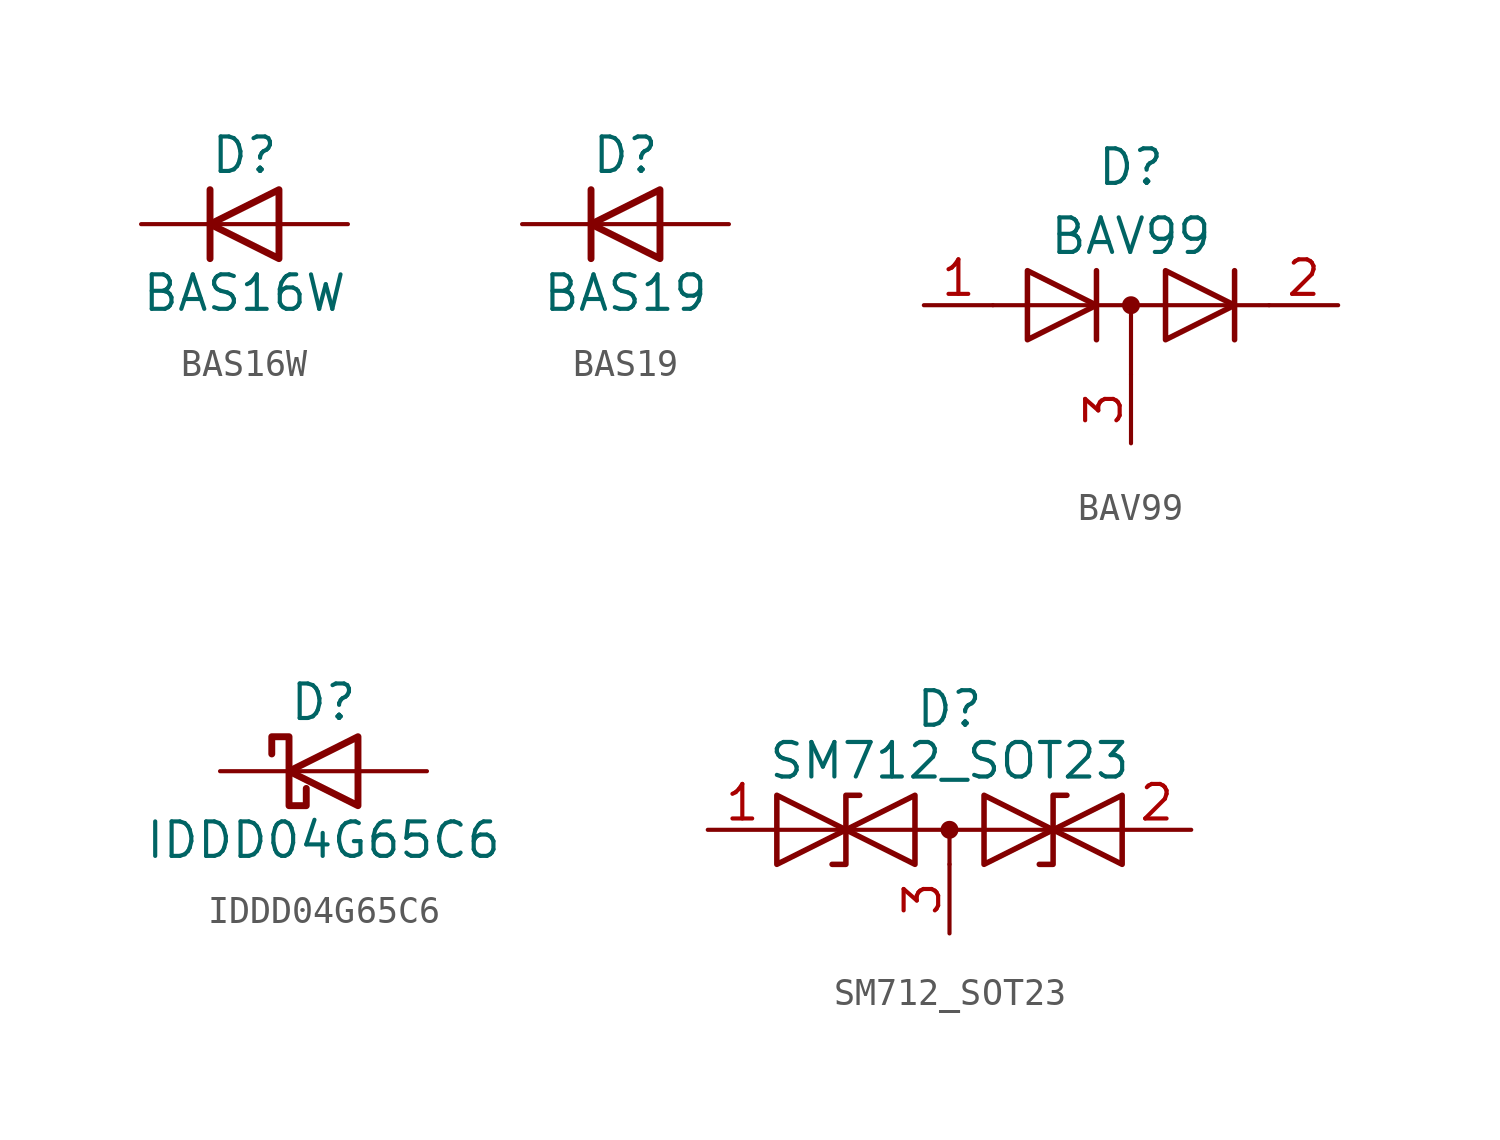
<source format=kicad_sym>
(kicad_symbol_lib
  (version 20200908)
  (generator kicad_symbol_editor)
  (symbol "Diode:BAS16W"
    (pin_numbers hide)
    (pin_names hide)
    (property "Reference" "D"
      (at 0 2.54 0)
      (effects (font (size 1.27 1.27))))
    (property "Value" "BAS16W"
      (at 0 -2.54 0)
      (effects (font (size 1.27 1.27))))
    (symbol "BAS16W_0_1"
      (polyline (pts (xy -1.27 1.27) (xy -1.27 -1.27)) (stroke (width 0.254)) (fill (type none)))
      (polyline (pts (xy 1.27 0) (xy -1.27 0)) (stroke (width 0)) (fill (type none)))
      (polyline (pts (xy 1.27 1.27) (xy 1.27 -1.27) (xy -1.27 0) (xy 1.27 1.27)) (stroke (width 0.254)) (fill (type none))))
    (symbol "BAS16W_1_1"
      (pin passive line (at 3.81 0 180) (length 2.54) (name "A" (effects (font (size 1.27 1.27)))) (number "1" (effects (font (size 1.27 1.27)))))
      (pin unconnected line (at -1.27 0 0) (length 2.54) hide (name "NC" (effects (font (size 1.27 1.27)))) (number "2" (effects (font (size 1.27 1.27)))))
      (pin passive line (at -3.81 0 0) (length 2.54) (name "K" (effects (font (size 1.27 1.27)))) (number "3" (effects (font (size 1.27 1.27)))))))
  (symbol "Diode:BAS19"
    (pin_numbers hide)
    (pin_names hide)
    (property "Reference" "D"
      (at 0 2.54 0)
      (effects (font (size 1.27 1.27))))
    (property "Value" "BAS19"
      (at 0 -2.54 0)
      (effects (font (size 1.27 1.27))))
    (symbol "BAS19_0_1"
      (polyline (pts (xy -1.27 1.27) (xy -1.27 -1.27)) (stroke (width 0.254)) (fill (type none)))
      (polyline (pts (xy 1.27 0) (xy -1.27 0)) (stroke (width 0)) (fill (type none)))
      (polyline (pts (xy 1.27 1.27) (xy 1.27 -1.27) (xy -1.27 0) (xy 1.27 1.27)) (stroke (width 0.254)) (fill (type none))))
    (symbol "BAS19_1_1"
      (pin passive line (at 3.81 0 180) (length 2.54) (name "A" (effects (font (size 1.27 1.27)))) (number "1" (effects (font (size 1.27 1.27)))))
      (pin unconnected line (at -1.27 0 0) (length 2.54) hide (name "NC" (effects (font (size 1.27 1.27)))) (number "2" (effects (font (size 1.27 1.27)))))
      (pin passive line (at -3.81 0 0) (length 2.54) (name "K" (effects (font (size 1.27 1.27)))) (number "3" (effects (font (size 1.27 1.27)))))))
  (symbol "Diode:BAV99"
    (pin_names hide)
    (property "Reference" "D"
      (at 0 5.08 0)
      (effects (font (size 1.27 1.27))))
    (property "Value" "BAV99"
      (at 0 2.54 0)
      (effects (font (size 1.27 1.27))))
    (symbol "BAV99_1_1"
      (circle (center 0 0) (radius 0.254) (stroke (width 0)) (fill (type outline)))
      (polyline (pts (xy 0 0) (xy 0 -2.54)) (stroke (width 0)) (fill (type none)))
      (polyline (pts (xy -1.27 -1.27) (xy -1.27 1.27) (xy -1.27 1.27)) (stroke (width 0.203)) (fill (type none)))
      (polyline (pts (xy 3.81 1.27) (xy 3.81 -1.27) (xy 3.81 -1.27)) (stroke (width 0.203)) (fill (type none)))
      (polyline (pts (xy -3.81 1.27) (xy -1.27 0) (xy -3.81 -1.27) (xy -3.81 1.27) (xy -3.81 1.27) (xy -3.81 1.27)) (stroke (width 0.203)) (fill (type none)))
      (polyline (pts (xy 1.27 1.27) (xy 3.81 0) (xy 1.27 -1.27) (xy 1.27 1.27) (xy 1.27 1.27) (xy 1.27 1.27)) (stroke (width 0.203)) (fill (type none)))
      (pin passive line (at -7.62 0 0) (length 2.54) (name "K" (effects (font (size 1.27 1.27)))) (number "1" (effects (font (size 1.27 1.27)))))
      (pin passive line (at 7.62 0 180) (length 2.54) (name "A" (effects (font (size 1.27 1.27)))) (number "2" (effects (font (size 1.27 1.27)))))
      (pin passive line (at 0 -5.08 90) (length 2.54) (name "K" (effects (font (size 1.27 1.27)))) (number "3" (effects (font (size 1.27 1.27))))))
    (symbol "BAV99_0_1"
      (polyline (pts (xy -5.08 0) (xy 5.08 0)) (stroke (width 0)) (fill (type none)))))
  (symbol "Diode:IDDD04G65C6"
    (pin_numbers hide)
    (pin_names
      (offset 1.016) hide)
    (property "Reference" "D"
      (at 0 2.54 0)
      (effects (font (size 1.27 1.27))))
    (property "Value" "IDDD04G65C6"
      (at 0 -2.54 0)
      (effects (font (size 1.27 1.27))))
    (symbol "IDDD04G65C6_0_1"
      (polyline (pts (xy 1.27 0) (xy -1.27 0)) (stroke (width 0)) (fill (type none)))
      (polyline (pts (xy 1.27 1.27) (xy 1.27 -1.27) (xy -1.27 0) (xy 1.27 1.27)) (stroke (width 0.254)) (fill (type none)))
      (polyline (pts (xy -1.905 0.635) (xy -1.905 1.27) (xy -1.27 1.27) (xy -1.27 -1.27) (xy -0.635 -1.27) (xy -0.635 -0.635)) (stroke (width 0.254)) (fill (type none))))
    (symbol "IDDD04G65C6_1_1"
      (pin unconnected line (at -2.54 0 0) (length 2.54) hide (name "NC" (effects (font (size 1.27 1.27)))) (number "1" (effects (font (size 1.27 1.27)))))
      (pin passive line (at -3.81 0 0) (length 2.54) hide (name "K" (effects (font (size 1.27 1.27)))) (number "10" (effects (font (size 1.27 1.27)))))
      (pin unconnected line (at 2.54 0 180) (length 2.54) hide (name "NC" (effects (font (size 1.27 1.27)))) (number "2" (effects (font (size 1.27 1.27)))))
      (pin passive line (at 3.81 0 180) (length 2.54) (name "A" (effects (font (size 1.27 1.27)))) (number "3" (effects (font (size 1.27 1.27)))))
      (pin passive line (at 3.81 0 180) (length 2.54) hide (name "A" (effects (font (size 1.27 1.27)))) (number "4" (effects (font (size 1.27 1.27)))))
      (pin passive line (at 3.81 0 180) (length 2.54) hide (name "A" (effects (font (size 1.27 1.27)))) (number "5" (effects (font (size 1.27 1.27)))))
      (pin passive line (at -3.81 0 0) (length 2.54) (name "K" (effects (font (size 1.27 1.27)))) (number "6" (effects (font (size 1.27 1.27)))))
      (pin passive line (at -3.81 0 0) (length 2.54) hide (name "K" (effects (font (size 1.27 1.27)))) (number "7" (effects (font (size 1.27 1.27)))))
      (pin passive line (at -3.81 0 0) (length 2.54) hide (name "K" (effects (font (size 1.27 1.27)))) (number "8" (effects (font (size 1.27 1.27)))))
      (pin passive line (at -3.81 0 0) (length 2.54) hide (name "K" (effects (font (size 1.27 1.27)))) (number "9" (effects (font (size 1.27 1.27)))))))
  (symbol "Diode:SM712_SOT23"
    (pin_names
      (offset 1.016) hide)
    (property "Reference" "D"
      (at 0 4.445 0)
      (effects (font (size 1.27 1.27))))
    (property "Value" "SM712_SOT23"
      (at 0 2.54 0)
      (effects (font (size 1.27 1.27))))
    (symbol "SM712_SOT23_0_1"
      (circle (center 0 0) (radius 0.254) (stroke (width 0)) (fill (type outline)))
      (polyline (pts (xy -6.35 0) (xy 6.35 0)) (stroke (width 0)) (fill (type none)))
      (polyline (pts (xy -3.302 1.27) (xy -3.81 1.27) (xy -3.81 -1.27) (xy -4.318 -1.27)) (stroke (width 0.203)) (fill (type none)))
      (polyline (pts (xy 4.318 1.27) (xy 3.81 1.27) (xy 3.81 -1.27) (xy 3.302 -1.27)) (stroke (width 0.203)) (fill (type none)))
      (polyline (pts (xy -6.35 -1.27) (xy -1.27 1.27) (xy -1.27 -1.27) (xy -6.35 1.27) (xy -6.35 -1.27)) (stroke (width 0.203)) (fill (type none)))
      (polyline (pts (xy 1.27 -1.27) (xy 1.27 1.27) (xy 6.35 -1.27) (xy 6.35 1.27) (xy 1.27 -1.27)) (stroke (width 0.203)) (fill (type none))))
    (symbol "SM712_SOT23_0_0"
      (polyline (pts (xy 0 -1.27) (xy 0 0)) (stroke (width 0)) (fill (type none))))
    (symbol "SM712_SOT23_1_1"
      (pin passive line (at -8.89 0 0) (length 2.54) (name "A1" (effects (font (size 1.27 1.27)))) (number "1" (effects (font (size 1.27 1.27)))))
      (pin passive line (at 8.89 0 180) (length 2.54) (name "A2" (effects (font (size 1.27 1.27)))) (number "2" (effects (font (size 1.27 1.27)))))
      (pin input line (at 0 -3.81 90) (length 2.54) (name "common" (effects (font (size 1.27 1.27)))) (number "3" (effects (font (size 1.27 1.27))))))))
</source>
